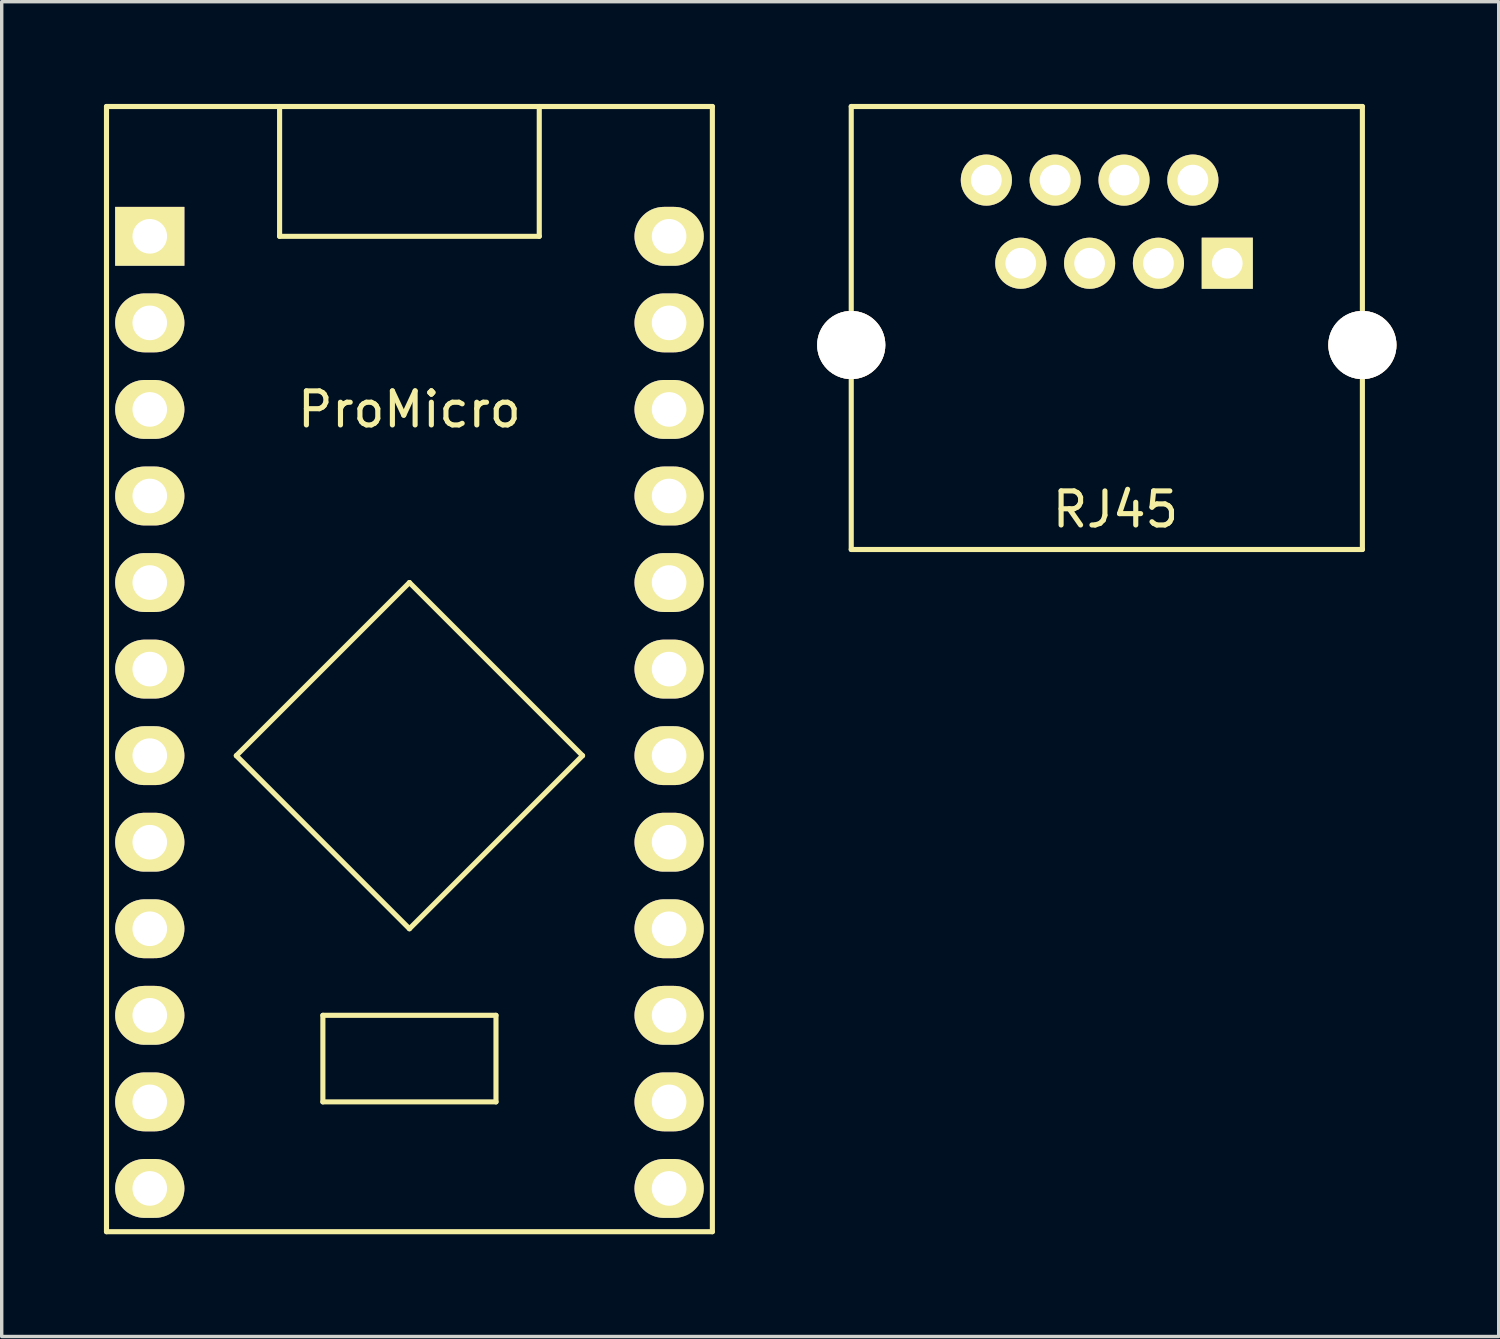
<source format=kicad_pcb>
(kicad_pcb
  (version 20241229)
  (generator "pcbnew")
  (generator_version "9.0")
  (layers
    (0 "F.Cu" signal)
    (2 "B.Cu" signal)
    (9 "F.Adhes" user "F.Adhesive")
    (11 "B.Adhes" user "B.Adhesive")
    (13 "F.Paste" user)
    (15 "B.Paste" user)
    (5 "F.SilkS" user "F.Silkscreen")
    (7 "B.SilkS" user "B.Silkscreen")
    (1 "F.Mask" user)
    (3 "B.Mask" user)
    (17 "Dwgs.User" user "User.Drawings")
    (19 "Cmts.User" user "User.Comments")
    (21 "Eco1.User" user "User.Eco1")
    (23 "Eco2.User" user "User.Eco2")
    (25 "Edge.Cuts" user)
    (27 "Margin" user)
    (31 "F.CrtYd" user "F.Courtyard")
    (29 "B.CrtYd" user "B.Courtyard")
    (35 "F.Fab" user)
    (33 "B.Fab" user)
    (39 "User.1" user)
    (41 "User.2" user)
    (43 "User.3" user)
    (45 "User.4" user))
  (footprint "ProMicro"
    (layer "F.Cu")
    (at 8.965 17.855)
    (property "Reference" "ProMicro" (at 0 -8.89 0) (layer "F.SilkS") (effects (font (size 1 1) (thickness 0.15))))
    (attr through_hole)
    (fp_line (start -8.89 -17.78) (end -8.89 15.24) (stroke (width 0.15) (type solid)) (layer "F.SilkS"))
    (fp_line (start -8.89 15.24) (end 8.89 15.24) (stroke (width 0.15) (type solid)) (layer "F.SilkS"))
    (fp_line (start -5.08 1.27) (end 0 -3.81) (stroke (width 0.15) (type solid)) (layer "F.SilkS"))
    (fp_line (start -3.81 -17.78) (end -3.81 -13.97) (stroke (width 0.15) (type solid)) (layer "F.SilkS"))
    (fp_line (start -3.81 -13.97) (end 3.81 -13.97) (stroke (width 0.15) (type solid)) (layer "F.SilkS"))
    (fp_line (start -2.54 8.89) (end 2.54 8.89) (stroke (width 0.15) (type solid)) (layer "F.SilkS"))
    (fp_line (start -2.54 11.43) (end -2.54 8.89) (stroke (width 0.15) (type solid)) (layer "F.SilkS"))
    (fp_line (start 0 -3.81) (end 5.08 1.27) (stroke (width 0.15) (type solid)) (layer "F.SilkS"))
    (fp_line (start 0 6.35) (end -5.08 1.27) (stroke (width 0.15) (type solid)) (layer "F.SilkS"))
    (fp_line (start 2.54 8.89) (end 2.54 11.43) (stroke (width 0.15) (type solid)) (layer "F.SilkS"))
    (fp_line (start 2.54 11.43) (end -2.54 11.43) (stroke (width 0.15) (type solid)) (layer "F.SilkS"))
    (fp_line (start 3.81 -13.97) (end 3.81 -17.78) (stroke (width 0.15) (type solid)) (layer "F.SilkS"))
    (fp_line (start 5.08 1.27) (end 0 6.35) (stroke (width 0.15) (type solid)) (layer "F.SilkS"))
    (fp_line (start 8.89 -17.78) (end -8.89 -17.78) (stroke (width 0.15) (type solid)) (layer "F.SilkS"))
    (fp_line (start 8.89 15.24) (end 8.89 -17.78) (stroke (width 0.15) (type solid)) (layer "F.SilkS"))
    (pad "1" thru_hole rect (at -7.62 -13.97) (size 2.032 1.727) (drill 1.016) (layers "*.Cu" "*.Mask" "F.SilkS"))
    (pad "2" thru_hole oval (at -7.62 -11.43) (size 2.032 1.727) (drill 1.016) (layers "*.Cu" "*.Mask" "F.SilkS"))
    (pad "3" thru_hole oval (at -7.62 -8.89) (size 2.032 1.727) (drill 1.016) (layers "*.Cu" "*.Mask" "F.SilkS"))
    (pad "4" thru_hole oval (at -7.62 -6.35) (size 2.032 1.727) (drill 1.016) (layers "*.Cu" "*.Mask" "F.SilkS"))
    (pad "5" thru_hole oval (at -7.62 -3.81) (size 2.032 1.727) (drill 1.016) (layers "*.Cu" "*.Mask" "F.SilkS"))
    (pad "6" thru_hole oval (at -7.62 -1.27) (size 2.032 1.727) (drill 1.016) (layers "*.Cu" "*.Mask" "F.SilkS"))
    (pad "7" thru_hole oval (at -7.62 1.27) (size 2.032 1.727) (drill 1.016) (layers "*.Cu" "*.Mask" "F.SilkS"))
    (pad "8" thru_hole oval (at -7.62 3.81) (size 2.032 1.727) (drill 1.016) (layers "*.Cu" "*.Mask" "F.SilkS"))
    (pad "9" thru_hole oval (at -7.62 6.35) (size 2.032 1.727) (drill 1.016) (layers "*.Cu" "*.Mask" "F.SilkS"))
    (pad "10" thru_hole oval (at -7.62 8.89) (size 2.032 1.727) (drill 1.016) (layers "*.Cu" "*.Mask" "F.SilkS"))
    (pad "11" thru_hole oval (at -7.62 11.43) (size 2.032 1.727) (drill 1.016) (layers "*.Cu" "*.Mask" "F.SilkS"))
    (pad "12" thru_hole oval (at -7.62 13.97) (size 2.032 1.727) (drill 1.016) (layers "*.Cu" "*.Mask" "F.SilkS"))
    (pad "13" thru_hole oval (at 7.62 13.97) (size 2.032 1.727) (drill 1.016) (layers "*.Cu" "*.Mask" "F.SilkS"))
    (pad "14" thru_hole oval (at 7.62 11.43) (size 2.032 1.727) (drill 1.016) (layers "*.Cu" "*.Mask" "F.SilkS"))
    (pad "15" thru_hole oval (at 7.62 8.89) (size 2.032 1.727) (drill 1.016) (layers "*.Cu" "*.Mask" "F.SilkS"))
    (pad "16" thru_hole oval (at 7.62 6.35) (size 2.032 1.727) (drill 1.016) (layers "*.Cu" "*.Mask" "F.SilkS"))
    (pad "17" thru_hole oval (at 7.62 3.81) (size 2.032 1.727) (drill 1.016) (layers "*.Cu" "*.Mask" "F.SilkS"))
    (pad "18" thru_hole oval (at 7.62 1.27) (size 2.032 1.727) (drill 1.016) (layers "*.Cu" "*.Mask" "F.SilkS"))
    (pad "19" thru_hole oval (at 7.62 -1.27) (size 2.032 1.727) (drill 1.016) (layers "*.Cu" "*.Mask" "F.SilkS"))
    (pad "20" thru_hole oval (at 7.62 -3.81) (size 2.032 1.727) (drill 1.016) (layers "*.Cu" "*.Mask" "F.SilkS"))
    (pad "21" thru_hole oval (at 7.62 -6.35) (size 2.032 1.727) (drill 1.016) (layers "*.Cu" "*.Mask" "F.SilkS"))
    (pad "22" thru_hole oval (at 7.62 -8.89) (size 2.032 1.727) (drill 1.016) (layers "*.Cu" "*.Mask" "F.SilkS"))
    (pad "23" thru_hole oval (at 7.62 -11.43) (size 2.032 1.727) (drill 1.016) (layers "*.Cu" "*.Mask" "F.SilkS"))
    (pad "24" thru_hole oval (at 7.62 -13.97) (size 2.032 1.727) (drill 1.016) (layers "*.Cu" "*.Mask" "F.SilkS")))
  (footprint "RJ45"
    (layer "F.Cu")
    (at 29.43 7.075)
    (property "Reference" "RJ45" (at 0.254 4.826 0) (layer "F.SilkS") (effects (font (size 1 1) (thickness 0.15))))
    (attr through_hole)
    (fp_line (start -7.5 -7) (end -7.5 6) (stroke (width 0.15) (type solid)) (layer "F.SilkS"))
    (fp_line (start -7.5 -7) (end 7.5 -7) (stroke (width 0.15) (type solid)) (layer "F.SilkS"))
    (fp_line (start -7.5 6) (end 7.5 6) (stroke (width 0.15) (type solid)) (layer "F.SilkS"))
    (fp_line (start 7.5 6) (end 7.5 -7) (stroke (width 0.15) (type solid)) (layer "F.SilkS"))
    (pad "" np_thru_hole circle (at -7.5 0) (size 2 2) (drill 2) (layers "*.Cu" "*.SilkS" "*.Mask"))
    (pad "" np_thru_hole circle (at 7.5 0) (size 2 2) (drill 2) (layers "*.Cu" "*.SilkS" "*.Mask"))
    (pad "1" thru_hole rect (at 3.535 -2.4) (size 1.5 1.5) (drill 0.9) (layers "*.Cu" "*.Mask" "F.SilkS"))
    (pad "2" thru_hole circle (at 2.525 -4.84) (size 1.5 1.5) (drill 0.9) (layers "*.Cu" "*.Mask" "F.SilkS"))
    (pad "3" thru_hole circle (at 1.515 -2.4) (size 1.5 1.5) (drill 0.9) (layers "*.Cu" "*.Mask" "F.SilkS"))
    (pad "4" thru_hole circle (at 0.505 -4.84) (size 1.5 1.5) (drill 0.9) (layers "*.Cu" "*.Mask" "F.SilkS"))
    (pad "5" thru_hole circle (at -0.505 -2.4) (size 1.5 1.5) (drill 0.9) (layers "*.Cu" "*.Mask" "F.SilkS"))
    (pad "6" thru_hole circle (at -1.515 -4.84) (size 1.5 1.5) (drill 0.9) (layers "*.Cu" "*.Mask" "F.SilkS"))
    (pad "7" thru_hole circle (at -2.525 -2.4) (size 1.5 1.5) (drill 0.9) (layers "*.Cu" "*.Mask" "F.SilkS"))
    (pad "8" thru_hole circle (at -3.535 -4.84) (size 1.5 1.5) (drill 0.9) (layers "*.Cu" "*.Mask" "F.SilkS")))
  (gr_rect
    (start -3 -3)
    (end 40.93 36.17)
    (stroke (width 0.1) (type default))
    (fill no)
    (layer "Edge.Cuts")))
</source>
